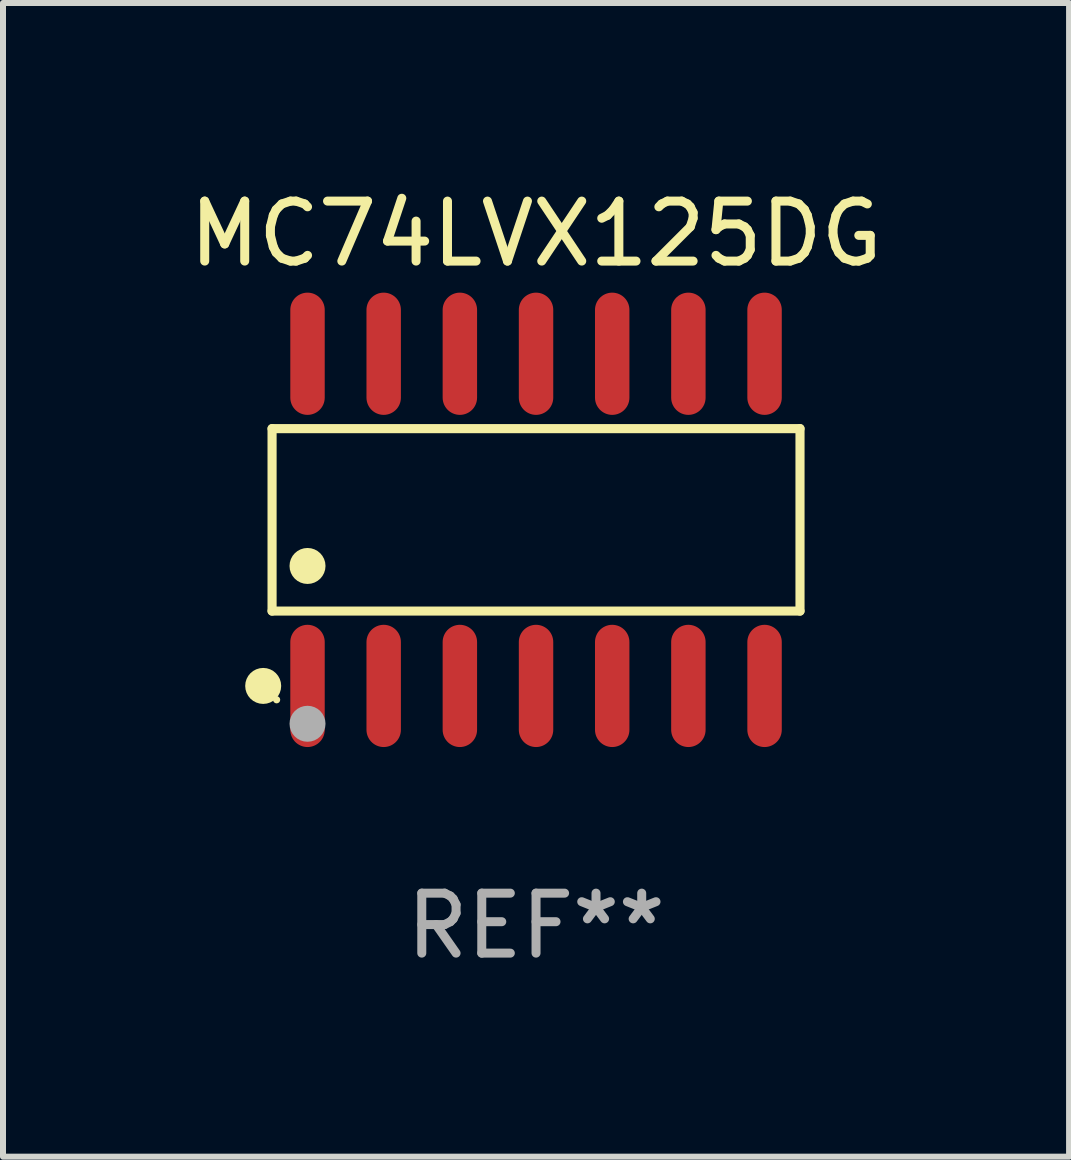
<source format=kicad_pcb>
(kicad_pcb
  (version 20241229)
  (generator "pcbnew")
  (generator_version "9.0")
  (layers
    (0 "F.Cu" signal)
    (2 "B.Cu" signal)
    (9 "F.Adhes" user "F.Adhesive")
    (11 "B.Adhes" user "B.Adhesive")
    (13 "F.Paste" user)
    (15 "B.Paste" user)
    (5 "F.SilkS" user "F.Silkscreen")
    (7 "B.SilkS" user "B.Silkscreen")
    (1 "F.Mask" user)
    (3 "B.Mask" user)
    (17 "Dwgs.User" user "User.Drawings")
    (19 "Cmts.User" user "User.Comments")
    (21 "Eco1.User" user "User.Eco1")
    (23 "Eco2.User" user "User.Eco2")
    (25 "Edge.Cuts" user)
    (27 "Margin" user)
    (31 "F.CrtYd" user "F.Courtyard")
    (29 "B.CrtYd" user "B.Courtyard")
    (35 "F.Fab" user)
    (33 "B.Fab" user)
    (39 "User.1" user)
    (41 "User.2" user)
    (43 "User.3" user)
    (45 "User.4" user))
  (footprint "MC74LVX125DG"
    (layer "F.Cu")
    (at 5.887 5.617)
    (property "Reference" "MC74LVX125DG" (at 0 -4.769 0) (layer "F.SilkS") (effects (font (size 1 1) (thickness 0.15))))
    (attr through_hole)
    (fp_line (start -4.401 -1.521) (end 4.401 -1.521) (stroke (width 0.152) (type solid)) (layer "F.SilkS"))
    (fp_line (start -4.401 1.521) (end -4.401 -1.521) (stroke (width 0.152) (type solid)) (layer "F.SilkS"))
    (fp_line (start 4.401 -1.521) (end 4.401 1.521) (stroke (width 0.152) (type solid)) (layer "F.SilkS"))
    (fp_line (start 4.401 1.521) (end -4.401 1.521) (stroke (width 0.152) (type solid)) (layer "F.SilkS"))
    (fp_circle (center -4.549 2.769) (end -4.399 2.769) (stroke (width 0.3) (type solid)) (fill no) (layer "F.SilkS"))
    (fp_circle (center -4.325 3) (end -4.295 3) (stroke (width 0.06) (type solid)) (fill no) (layer "F.SilkS"))
    (fp_circle (center -3.81 0.769) (end -3.66 0.769) (stroke (width 0.3) (type solid)) (fill no) (layer "F.SilkS"))
    (fp_circle (center -3.81 3.4) (end -3.66 3.4) (stroke (width 0.3) (type solid)) (fill no) (layer "F.Fab"))
    (fp_text user "REF**" (at 0 6.769 0) (layer "F.Fab") (effects (font (size 1 1) (thickness 0.15))))
    (pad "1" smd oval (at -3.81 2.769) (size 0.574 2.038) (layers "F.Cu" "F.Mask" "F.Paste"))
    (pad "2" smd oval (at -2.54 2.769) (size 0.574 2.038) (layers "F.Cu" "F.Mask" "F.Paste"))
    (pad "3" smd oval (at -1.27 2.769) (size 0.574 2.038) (layers "F.Cu" "F.Mask" "F.Paste"))
    (pad "4" smd oval (at 0 2.769) (size 0.574 2.038) (layers "F.Cu" "F.Mask" "F.Paste"))
    (pad "5" smd oval (at 1.27 2.769) (size 0.574 2.038) (layers "F.Cu" "F.Mask" "F.Paste"))
    (pad "6" smd oval (at 2.54 2.769) (size 0.574 2.038) (layers "F.Cu" "F.Mask" "F.Paste"))
    (pad "7" smd oval (at 3.81 2.769) (size 0.574 2.038) (layers "F.Cu" "F.Mask" "F.Paste"))
    (pad "8" smd oval (at 3.81 -2.769) (size 0.574 2.038) (layers "F.Cu" "F.Mask" "F.Paste"))
    (pad "9" smd oval (at 2.54 -2.769) (size 0.574 2.038) (layers "F.Cu" "F.Mask" "F.Paste"))
    (pad "10" smd oval (at 1.27 -2.769) (size 0.574 2.038) (layers "F.Cu" "F.Mask" "F.Paste"))
    (pad "11" smd oval (at 0 -2.769) (size 0.574 2.038) (layers "F.Cu" "F.Mask" "F.Paste"))
    (pad "12" smd oval (at -1.27 -2.769) (size 0.574 2.038) (layers "F.Cu" "F.Mask" "F.Paste"))
    (pad "13" smd oval (at -2.54 -2.769) (size 0.574 2.038) (layers "F.Cu" "F.Mask" "F.Paste"))
    (pad "14" smd oval (at -3.81 -2.769) (size 0.574 2.038) (layers "F.Cu" "F.Mask" "F.Paste")))
  (gr_rect
    (start -3 -3)
    (end 14.774 16.235)
    (stroke (width 0.1) (type default))
    (fill no)
    (layer "Edge.Cuts")))
</source>
